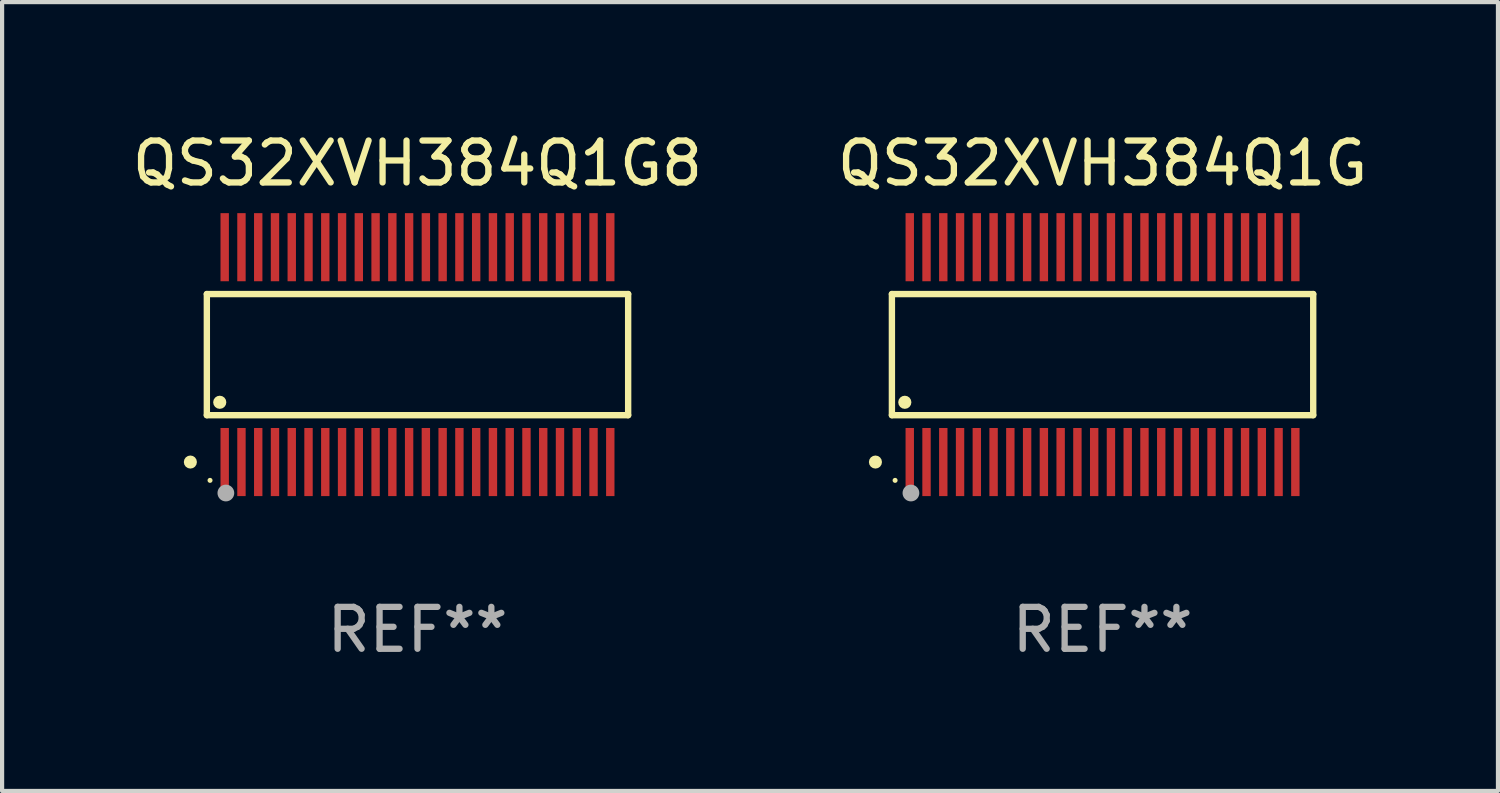
<source format=kicad_pcb>
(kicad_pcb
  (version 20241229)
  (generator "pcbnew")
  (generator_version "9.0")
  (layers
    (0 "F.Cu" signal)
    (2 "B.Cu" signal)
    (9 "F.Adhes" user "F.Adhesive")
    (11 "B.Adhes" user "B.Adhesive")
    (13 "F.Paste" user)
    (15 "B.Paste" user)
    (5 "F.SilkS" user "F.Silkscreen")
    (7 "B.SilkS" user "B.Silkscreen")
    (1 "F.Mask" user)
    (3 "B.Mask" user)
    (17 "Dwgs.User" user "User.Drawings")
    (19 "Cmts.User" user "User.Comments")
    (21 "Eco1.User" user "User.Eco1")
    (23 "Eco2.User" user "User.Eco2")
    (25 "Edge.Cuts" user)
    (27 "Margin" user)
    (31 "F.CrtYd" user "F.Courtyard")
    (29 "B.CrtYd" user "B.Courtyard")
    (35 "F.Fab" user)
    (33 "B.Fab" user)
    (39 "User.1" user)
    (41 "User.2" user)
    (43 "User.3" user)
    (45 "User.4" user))
  (footprint "QS32XVH384Q1G"
    (layer "F.Cu")
    (at 23.256 5.411)
    (property "Reference" "QS32XVH384Q1G" (at 0 -4.563 0) (layer "F.SilkS") (effects (font (size 1 1) (thickness 0.15))))
    (attr through_hole)
    (fp_line (start -5.026 -1.445) (end 5.026 -1.445) (stroke (width 0.152) (type solid)) (layer "F.SilkS"))
    (fp_line (start -5.026 1.445) (end -5.026 -1.445) (stroke (width 0.152) (type solid)) (layer "F.SilkS"))
    (fp_line (start 5.026 -1.445) (end 5.026 1.445) (stroke (width 0.152) (type solid)) (layer "F.SilkS"))
    (fp_line (start 5.026 1.445) (end -5.026 1.445) (stroke (width 0.152) (type solid)) (layer "F.SilkS"))
    (fp_circle (center -5.419 2.563) (end -5.341 2.563) (stroke (width 0.156) (type solid)) (fill no) (layer "F.SilkS"))
    (fp_circle (center -4.95 3) (end -4.92 3) (stroke (width 0.06) (type solid)) (fill no) (layer "F.SilkS"))
    (fp_circle (center -4.718 1.137) (end -4.639 1.137) (stroke (width 0.156) (type solid)) (fill no) (layer "F.SilkS"))
    (fp_circle (center -4.572 3.302) (end -4.472 3.302) (stroke (width 0.2) (type solid)) (fill no) (layer "F.Fab"))
    (fp_text user "REF**" (at 0 6.563 0) (layer "F.Fab") (effects (font (size 1 1) (thickness 0.15))))
    (pad "1" smd rect (at -4.6 2.563) (size 0.2 1.625) (layers "F.Cu" "F.Mask" "F.Paste"))
    (pad "2" smd rect (at -4.2 2.563) (size 0.2 1.625) (layers "F.Cu" "F.Mask" "F.Paste"))
    (pad "3" smd rect (at -3.8 2.563) (size 0.2 1.625) (layers "F.Cu" "F.Mask" "F.Paste"))
    (pad "4" smd rect (at -3.4 2.563) (size 0.2 1.625) (layers "F.Cu" "F.Mask" "F.Paste"))
    (pad "5" smd rect (at -3 2.563) (size 0.2 1.625) (layers "F.Cu" "F.Mask" "F.Paste"))
    (pad "6" smd rect (at -2.6 2.563) (size 0.2 1.625) (layers "F.Cu" "F.Mask" "F.Paste"))
    (pad "7" smd rect (at -2.2 2.563) (size 0.2 1.625) (layers "F.Cu" "F.Mask" "F.Paste"))
    (pad "8" smd rect (at -1.8 2.563) (size 0.2 1.625) (layers "F.Cu" "F.Mask" "F.Paste"))
    (pad "9" smd rect (at -1.4 2.563) (size 0.2 1.625) (layers "F.Cu" "F.Mask" "F.Paste"))
    (pad "10" smd rect (at -1 2.563) (size 0.2 1.625) (layers "F.Cu" "F.Mask" "F.Paste"))
    (pad "11" smd rect (at -0.6 2.563) (size 0.2 1.625) (layers "F.Cu" "F.Mask" "F.Paste"))
    (pad "12" smd rect (at -0.2 2.563) (size 0.2 1.625) (layers "F.Cu" "F.Mask" "F.Paste"))
    (pad "13" smd rect (at 0.2 2.563) (size 0.2 1.625) (layers "F.Cu" "F.Mask" "F.Paste"))
    (pad "14" smd rect (at 0.6 2.563) (size 0.2 1.625) (layers "F.Cu" "F.Mask" "F.Paste"))
    (pad "15" smd rect (at 1 2.563) (size 0.2 1.625) (layers "F.Cu" "F.Mask" "F.Paste"))
    (pad "16" smd rect (at 1.4 2.563) (size 0.2 1.625) (layers "F.Cu" "F.Mask" "F.Paste"))
    (pad "17" smd rect (at 1.8 2.563) (size 0.2 1.625) (layers "F.Cu" "F.Mask" "F.Paste"))
    (pad "18" smd rect (at 2.2 2.563) (size 0.2 1.625) (layers "F.Cu" "F.Mask" "F.Paste"))
    (pad "19" smd rect (at 2.6 2.563) (size 0.2 1.625) (layers "F.Cu" "F.Mask" "F.Paste"))
    (pad "20" smd rect (at 3 2.563) (size 0.2 1.625) (layers "F.Cu" "F.Mask" "F.Paste"))
    (pad "21" smd rect (at 3.4 2.563) (size 0.2 1.625) (layers "F.Cu" "F.Mask" "F.Paste"))
    (pad "22" smd rect (at 3.8 2.563) (size 0.2 1.625) (layers "F.Cu" "F.Mask" "F.Paste"))
    (pad "23" smd rect (at 4.2 2.563) (size 0.2 1.625) (layers "F.Cu" "F.Mask" "F.Paste"))
    (pad "24" smd rect (at 4.6 2.563) (size 0.2 1.625) (layers "F.Cu" "F.Mask" "F.Paste"))
    (pad "25" smd rect (at 4.6 -2.563) (size 0.2 1.625) (layers "F.Cu" "F.Mask" "F.Paste"))
    (pad "26" smd rect (at 4.2 -2.563) (size 0.2 1.625) (layers "F.Cu" "F.Mask" "F.Paste"))
    (pad "27" smd rect (at 3.8 -2.563) (size 0.2 1.625) (layers "F.Cu" "F.Mask" "F.Paste"))
    (pad "28" smd rect (at 3.4 -2.563) (size 0.2 1.625) (layers "F.Cu" "F.Mask" "F.Paste"))
    (pad "29" smd rect (at 3 -2.563) (size 0.2 1.625) (layers "F.Cu" "F.Mask" "F.Paste"))
    (pad "30" smd rect (at 2.6 -2.563) (size 0.2 1.625) (layers "F.Cu" "F.Mask" "F.Paste"))
    (pad "31" smd rect (at 2.2 -2.563) (size 0.2 1.625) (layers "F.Cu" "F.Mask" "F.Paste"))
    (pad "32" smd rect (at 1.8 -2.563) (size 0.2 1.625) (layers "F.Cu" "F.Mask" "F.Paste"))
    (pad "33" smd rect (at 1.4 -2.563) (size 0.2 1.625) (layers "F.Cu" "F.Mask" "F.Paste"))
    (pad "34" smd rect (at 1 -2.563) (size 0.2 1.625) (layers "F.Cu" "F.Mask" "F.Paste"))
    (pad "35" smd rect (at 0.6 -2.563) (size 0.2 1.625) (layers "F.Cu" "F.Mask" "F.Paste"))
    (pad "36" smd rect (at 0.2 -2.563) (size 0.2 1.625) (layers "F.Cu" "F.Mask" "F.Paste"))
    (pad "37" smd rect (at -0.2 -2.563) (size 0.2 1.625) (layers "F.Cu" "F.Mask" "F.Paste"))
    (pad "38" smd rect (at -0.6 -2.563) (size 0.2 1.625) (layers "F.Cu" "F.Mask" "F.Paste"))
    (pad "39" smd rect (at -1 -2.563) (size 0.2 1.625) (layers "F.Cu" "F.Mask" "F.Paste"))
    (pad "40" smd rect (at -1.4 -2.563) (size 0.2 1.625) (layers "F.Cu" "F.Mask" "F.Paste"))
    (pad "41" smd rect (at -1.8 -2.563) (size 0.2 1.625) (layers "F.Cu" "F.Mask" "F.Paste"))
    (pad "42" smd rect (at -2.2 -2.563) (size 0.2 1.625) (layers "F.Cu" "F.Mask" "F.Paste"))
    (pad "43" smd rect (at -2.6 -2.563) (size 0.2 1.625) (layers "F.Cu" "F.Mask" "F.Paste"))
    (pad "44" smd rect (at -3 -2.563) (size 0.2 1.625) (layers "F.Cu" "F.Mask" "F.Paste"))
    (pad "45" smd rect (at -3.4 -2.563) (size 0.2 1.625) (layers "F.Cu" "F.Mask" "F.Paste"))
    (pad "46" smd rect (at -3.8 -2.563) (size 0.2 1.625) (layers "F.Cu" "F.Mask" "F.Paste"))
    (pad "47" smd rect (at -4.2 -2.563) (size 0.2 1.625) (layers "F.Cu" "F.Mask" "F.Paste"))
    (pad "48" smd rect (at -4.6 -2.563) (size 0.2 1.625) (layers "F.Cu" "F.Mask" "F.Paste")))
  (footprint "QS32XVH384Q1G8"
    (layer "F.Cu")
    (at 6.911 5.411)
    (property "Reference" "QS32XVH384Q1G8" (at 0 -4.563 0) (layer "F.SilkS") (effects (font (size 1 1) (thickness 0.15))))
    (attr through_hole)
    (fp_line (start -5.026 -1.445) (end 5.026 -1.445) (stroke (width 0.152) (type solid)) (layer "F.SilkS"))
    (fp_line (start -5.026 1.445) (end -5.026 -1.445) (stroke (width 0.152) (type solid)) (layer "F.SilkS"))
    (fp_line (start 5.026 -1.445) (end 5.026 1.445) (stroke (width 0.152) (type solid)) (layer "F.SilkS"))
    (fp_line (start 5.026 1.445) (end -5.026 1.445) (stroke (width 0.152) (type solid)) (layer "F.SilkS"))
    (fp_circle (center -5.419 2.563) (end -5.341 2.563) (stroke (width 0.156) (type solid)) (fill no) (layer "F.SilkS"))
    (fp_circle (center -4.95 3) (end -4.92 3) (stroke (width 0.06) (type solid)) (fill no) (layer "F.SilkS"))
    (fp_circle (center -4.718 1.137) (end -4.639 1.137) (stroke (width 0.156) (type solid)) (fill no) (layer "F.SilkS"))
    (fp_circle (center -4.572 3.302) (end -4.472 3.302) (stroke (width 0.2) (type solid)) (fill no) (layer "F.Fab"))
    (fp_text user "REF**" (at 0 6.563 0) (layer "F.Fab") (effects (font (size 1 1) (thickness 0.15))))
    (pad "1" smd rect (at -4.6 2.563) (size 0.2 1.625) (layers "F.Cu" "F.Mask" "F.Paste"))
    (pad "2" smd rect (at -4.2 2.563) (size 0.2 1.625) (layers "F.Cu" "F.Mask" "F.Paste"))
    (pad "3" smd rect (at -3.8 2.563) (size 0.2 1.625) (layers "F.Cu" "F.Mask" "F.Paste"))
    (pad "4" smd rect (at -3.4 2.563) (size 0.2 1.625) (layers "F.Cu" "F.Mask" "F.Paste"))
    (pad "5" smd rect (at -3 2.563) (size 0.2 1.625) (layers "F.Cu" "F.Mask" "F.Paste"))
    (pad "6" smd rect (at -2.6 2.563) (size 0.2 1.625) (layers "F.Cu" "F.Mask" "F.Paste"))
    (pad "7" smd rect (at -2.2 2.563) (size 0.2 1.625) (layers "F.Cu" "F.Mask" "F.Paste"))
    (pad "8" smd rect (at -1.8 2.563) (size 0.2 1.625) (layers "F.Cu" "F.Mask" "F.Paste"))
    (pad "9" smd rect (at -1.4 2.563) (size 0.2 1.625) (layers "F.Cu" "F.Mask" "F.Paste"))
    (pad "10" smd rect (at -1 2.563) (size 0.2 1.625) (layers "F.Cu" "F.Mask" "F.Paste"))
    (pad "11" smd rect (at -0.6 2.563) (size 0.2 1.625) (layers "F.Cu" "F.Mask" "F.Paste"))
    (pad "12" smd rect (at -0.2 2.563) (size 0.2 1.625) (layers "F.Cu" "F.Mask" "F.Paste"))
    (pad "13" smd rect (at 0.2 2.563) (size 0.2 1.625) (layers "F.Cu" "F.Mask" "F.Paste"))
    (pad "14" smd rect (at 0.6 2.563) (size 0.2 1.625) (layers "F.Cu" "F.Mask" "F.Paste"))
    (pad "15" smd rect (at 1 2.563) (size 0.2 1.625) (layers "F.Cu" "F.Mask" "F.Paste"))
    (pad "16" smd rect (at 1.4 2.563) (size 0.2 1.625) (layers "F.Cu" "F.Mask" "F.Paste"))
    (pad "17" smd rect (at 1.8 2.563) (size 0.2 1.625) (layers "F.Cu" "F.Mask" "F.Paste"))
    (pad "18" smd rect (at 2.2 2.563) (size 0.2 1.625) (layers "F.Cu" "F.Mask" "F.Paste"))
    (pad "19" smd rect (at 2.6 2.563) (size 0.2 1.625) (layers "F.Cu" "F.Mask" "F.Paste"))
    (pad "20" smd rect (at 3 2.563) (size 0.2 1.625) (layers "F.Cu" "F.Mask" "F.Paste"))
    (pad "21" smd rect (at 3.4 2.563) (size 0.2 1.625) (layers "F.Cu" "F.Mask" "F.Paste"))
    (pad "22" smd rect (at 3.8 2.563) (size 0.2 1.625) (layers "F.Cu" "F.Mask" "F.Paste"))
    (pad "23" smd rect (at 4.2 2.563) (size 0.2 1.625) (layers "F.Cu" "F.Mask" "F.Paste"))
    (pad "24" smd rect (at 4.6 2.563) (size 0.2 1.625) (layers "F.Cu" "F.Mask" "F.Paste"))
    (pad "25" smd rect (at 4.6 -2.563) (size 0.2 1.625) (layers "F.Cu" "F.Mask" "F.Paste"))
    (pad "26" smd rect (at 4.2 -2.563) (size 0.2 1.625) (layers "F.Cu" "F.Mask" "F.Paste"))
    (pad "27" smd rect (at 3.8 -2.563) (size 0.2 1.625) (layers "F.Cu" "F.Mask" "F.Paste"))
    (pad "28" smd rect (at 3.4 -2.563) (size 0.2 1.625) (layers "F.Cu" "F.Mask" "F.Paste"))
    (pad "29" smd rect (at 3 -2.563) (size 0.2 1.625) (layers "F.Cu" "F.Mask" "F.Paste"))
    (pad "30" smd rect (at 2.6 -2.563) (size 0.2 1.625) (layers "F.Cu" "F.Mask" "F.Paste"))
    (pad "31" smd rect (at 2.2 -2.563) (size 0.2 1.625) (layers "F.Cu" "F.Mask" "F.Paste"))
    (pad "32" smd rect (at 1.8 -2.563) (size 0.2 1.625) (layers "F.Cu" "F.Mask" "F.Paste"))
    (pad "33" smd rect (at 1.4 -2.563) (size 0.2 1.625) (layers "F.Cu" "F.Mask" "F.Paste"))
    (pad "34" smd rect (at 1 -2.563) (size 0.2 1.625) (layers "F.Cu" "F.Mask" "F.Paste"))
    (pad "35" smd rect (at 0.6 -2.563) (size 0.2 1.625) (layers "F.Cu" "F.Mask" "F.Paste"))
    (pad "36" smd rect (at 0.2 -2.563) (size 0.2 1.625) (layers "F.Cu" "F.Mask" "F.Paste"))
    (pad "37" smd rect (at -0.2 -2.563) (size 0.2 1.625) (layers "F.Cu" "F.Mask" "F.Paste"))
    (pad "38" smd rect (at -0.6 -2.563) (size 0.2 1.625) (layers "F.Cu" "F.Mask" "F.Paste"))
    (pad "39" smd rect (at -1 -2.563) (size 0.2 1.625) (layers "F.Cu" "F.Mask" "F.Paste"))
    (pad "40" smd rect (at -1.4 -2.563) (size 0.2 1.625) (layers "F.Cu" "F.Mask" "F.Paste"))
    (pad "41" smd rect (at -1.8 -2.563) (size 0.2 1.625) (layers "F.Cu" "F.Mask" "F.Paste"))
    (pad "42" smd rect (at -2.2 -2.563) (size 0.2 1.625) (layers "F.Cu" "F.Mask" "F.Paste"))
    (pad "43" smd rect (at -2.6 -2.563) (size 0.2 1.625) (layers "F.Cu" "F.Mask" "F.Paste"))
    (pad "44" smd rect (at -3 -2.563) (size 0.2 1.625) (layers "F.Cu" "F.Mask" "F.Paste"))
    (pad "45" smd rect (at -3.4 -2.563) (size 0.2 1.625) (layers "F.Cu" "F.Mask" "F.Paste"))
    (pad "46" smd rect (at -3.8 -2.563) (size 0.2 1.625) (layers "F.Cu" "F.Mask" "F.Paste"))
    (pad "47" smd rect (at -4.2 -2.563) (size 0.2 1.625) (layers "F.Cu" "F.Mask" "F.Paste"))
    (pad "48" smd rect (at -4.6 -2.563) (size 0.2 1.625) (layers "F.Cu" "F.Mask" "F.Paste")))
  (gr_rect
    (start -3 -3)
    (end 32.69 15.822)
    (stroke (width 0.1) (type default))
    (fill no)
    (layer "Edge.Cuts")))
</source>
